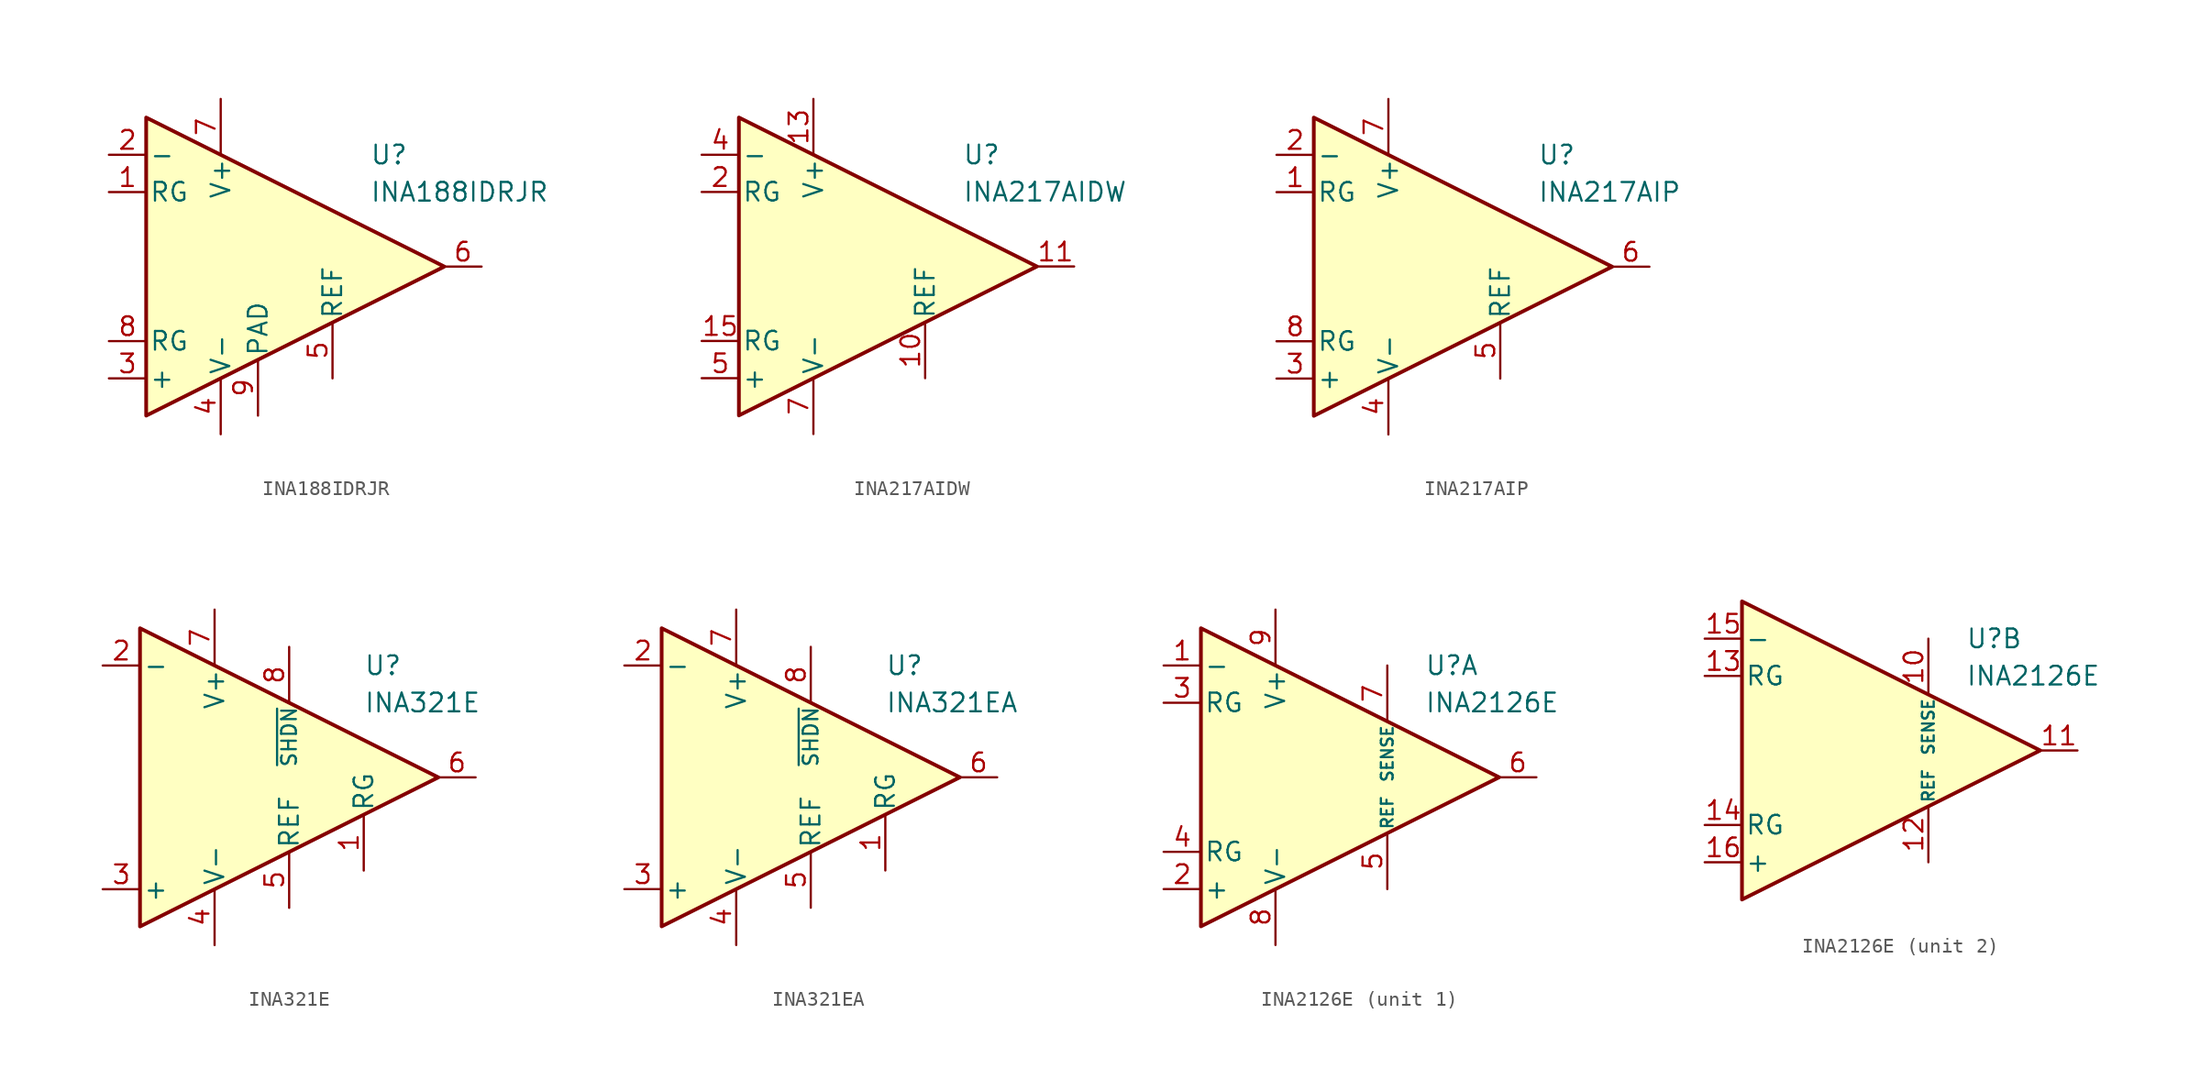
<source format=kicad_sym>
(kicad_symbol_lib
  (version 20231120)
  (generator "kicad_symbol_editor")
  (generator_version "8.0")
  (symbol "INA188IDRJR"
    (pin_names
      (offset 0.2))
    (property "Reference" "U"
      (at 6.35 7.62 0)
      (effects (font (size 1.27 1.27)) (justify left)))
    (property "Value" "INA188IDRJR"
      (at 6.35 5.08 0)
      (effects (font (size 1.27 1.27)) (justify left)))
    (symbol "INA188IDRJR_0_1"
      (polyline (pts (xy -8.89 10.16) (xy -8.89 -10.16) (xy 11.43 0) (xy -8.89 10.16)) (stroke (width 0.254) (type default)) (fill (type background))))
    (symbol "INA188IDRJR_1_1"
      (pin passive line (at -11.43 5.08 0) (length 2.54) (name "RG" (effects (font (size 1.27 1.27)))) (number "1" (effects (font (size 1.27 1.27)))))
      (pin input line (at -11.43 7.62 0) (length 2.54) (name "-" (effects (font (size 1.27 1.27)))) (number "2" (effects (font (size 1.27 1.27)))))
      (pin input line (at -11.43 -7.62 0) (length 2.54) (name "+" (effects (font (size 1.27 1.27)))) (number "3" (effects (font (size 1.27 1.27)))))
      (pin power_in line (at -3.81 -11.43 90) (length 3.81) (name "V-" (effects (font (size 1.27 1.27)))) (number "4" (effects (font (size 1.27 1.27)))))
      (pin input line (at 3.81 -7.62 90) (length 3.81) (name "REF" (effects (font (size 1.27 1.27)))) (number "5" (effects (font (size 1.27 1.27)))))
      (pin output line (at 13.97 0 180) (length 2.54) (name "~" (effects (font (size 1.27 1.27)))) (number "6" (effects (font (size 1.27 1.27)))))
      (pin power_in line (at -3.81 11.43 270) (length 3.81) (name "V+" (effects (font (size 1.27 1.27)))) (number "7" (effects (font (size 1.27 1.27)))))
      (pin passive line (at -11.43 -5.08 0) (length 2.54) (name "RG" (effects (font (size 1.27 1.27)))) (number "8" (effects (font (size 1.27 1.27)))))
      (pin passive line (at -1.27 -10.16 90) (length 3.81) (name "PAD" (effects (font (size 1.27 1.27)))) (number "9" (effects (font (size 1.27 1.27)))))))
  (symbol "INA217AIDW"
    (pin_names
      (offset 0.2))
    (property "Reference" "U"
      (at 6.35 7.62 0)
      (effects (font (size 1.27 1.27)) (justify left)))
    (property "Value" "INA217AIDW"
      (at 6.35 5.08 0)
      (effects (font (size 1.27 1.27)) (justify left)))
    (symbol "INA217AIDW_0_1"
      (polyline (pts (xy -8.89 10.16) (xy -8.89 -10.16) (xy 11.43 0) (xy -8.89 10.16)) (stroke (width 0.254) (type default)) (fill (type background))))
    (symbol "INA217AIDW_1_1"
      (pin free line (at -6.35 3.81 0) (length 2.54) hide (name "NC" (effects (font (size 1.27 1.27)))) (number "1" (effects (font (size 1.27 1.27)))))
      (pin input line (at 3.81 -7.62 90) (length 3.81) (name "REF" (effects (font (size 1.27 1.27)))) (number "10" (effects (font (size 1.27 1.27)))))
      (pin output line (at 13.97 0 180) (length 2.54) (name "~" (effects (font (size 1.27 1.27)))) (number "11" (effects (font (size 1.27 1.27)))))
      (pin free line (at -3.81 0 0) (length 2.54) hide (name "NC" (effects (font (size 1.27 1.27)))) (number "12" (effects (font (size 1.27 1.27)))))
      (pin power_in line (at -3.81 11.43 270) (length 3.81) (name "V+" (effects (font (size 1.27 1.27)))) (number "13" (effects (font (size 1.27 1.27)))))
      (pin free line (at -3.81 -2.54 0) (length 2.54) hide (name "NC" (effects (font (size 1.27 1.27)))) (number "14" (effects (font (size 1.27 1.27)))))
      (pin passive line (at -11.43 -5.08 0) (length 2.54) (name "RG" (effects (font (size 1.27 1.27)))) (number "15" (effects (font (size 1.27 1.27)))))
      (pin free line (at -3.81 -5.08 0) (length 2.54) hide (name "NC" (effects (font (size 1.27 1.27)))) (number "16" (effects (font (size 1.27 1.27)))))
      (pin passive line (at -11.43 5.08 0) (length 2.54) (name "RG" (effects (font (size 1.27 1.27)))) (number "2" (effects (font (size 1.27 1.27)))))
      (pin free line (at -6.35 1.27 0) (length 2.54) hide (name "NC" (effects (font (size 1.27 1.27)))) (number "3" (effects (font (size 1.27 1.27)))))
      (pin input line (at -11.43 7.62 0) (length 2.54) (name "-" (effects (font (size 1.27 1.27)))) (number "4" (effects (font (size 1.27 1.27)))))
      (pin input line (at -11.43 -7.62 0) (length 2.54) (name "+" (effects (font (size 1.27 1.27)))) (number "5" (effects (font (size 1.27 1.27)))))
      (pin free line (at -6.35 -1.27 0) (length 2.54) hide (name "NC" (effects (font (size 1.27 1.27)))) (number "6" (effects (font (size 1.27 1.27)))))
      (pin power_in line (at -3.81 -11.43 90) (length 3.81) (name "V-" (effects (font (size 1.27 1.27)))) (number "7" (effects (font (size 1.27 1.27)))))
      (pin free line (at -6.35 -3.81 0) (length 2.54) hide (name "NC" (effects (font (size 1.27 1.27)))) (number "8" (effects (font (size 1.27 1.27)))))
      (pin free line (at -3.81 2.54 0) (length 2.54) hide (name "NC" (effects (font (size 1.27 1.27)))) (number "9" (effects (font (size 1.27 1.27)))))))
  (symbol "INA217AIP"
    (pin_names
      (offset 0.2))
    (property "Reference" "U"
      (at 6.35 7.62 0)
      (effects (font (size 1.27 1.27)) (justify left)))
    (property "Value" "INA217AIP"
      (at 6.35 5.08 0)
      (effects (font (size 1.27 1.27)) (justify left)))
    (symbol "INA217AIP_0_1"
      (polyline (pts (xy -8.89 10.16) (xy -8.89 -10.16) (xy 11.43 0) (xy -8.89 10.16)) (stroke (width 0.254) (type default)) (fill (type background))))
    (symbol "INA217AIP_1_1"
      (pin passive line (at -11.43 5.08 0) (length 2.54) (name "RG" (effects (font (size 1.27 1.27)))) (number "1" (effects (font (size 1.27 1.27)))))
      (pin input line (at -11.43 7.62 0) (length 2.54) (name "-" (effects (font (size 1.27 1.27)))) (number "2" (effects (font (size 1.27 1.27)))))
      (pin input line (at -11.43 -7.62 0) (length 2.54) (name "+" (effects (font (size 1.27 1.27)))) (number "3" (effects (font (size 1.27 1.27)))))
      (pin power_in line (at -3.81 -11.43 90) (length 3.81) (name "V-" (effects (font (size 1.27 1.27)))) (number "4" (effects (font (size 1.27 1.27)))))
      (pin input line (at 3.81 -7.62 90) (length 3.81) (name "REF" (effects (font (size 1.27 1.27)))) (number "5" (effects (font (size 1.27 1.27)))))
      (pin output line (at 13.97 0 180) (length 2.54) (name "~" (effects (font (size 1.27 1.27)))) (number "6" (effects (font (size 1.27 1.27)))))
      (pin power_in line (at -3.81 11.43 270) (length 3.81) (name "V+" (effects (font (size 1.27 1.27)))) (number "7" (effects (font (size 1.27 1.27)))))
      (pin passive line (at -11.43 -5.08 0) (length 2.54) (name "RG" (effects (font (size 1.27 1.27)))) (number "8" (effects (font (size 1.27 1.27)))))))
  (symbol "INA321E"
    (pin_names
      (offset 0.2))
    (property "Reference" "U"
      (at 6.35 7.62 0)
      (effects (font (size 1.27 1.27)) (justify left)))
    (property "Value" "INA321E"
      (at 6.35 5.08 0)
      (effects (font (size 1.27 1.27)) (justify left)))
    (symbol "INA321E_0_1"
      (polyline (pts (xy -8.89 10.16) (xy -8.89 -10.16) (xy 11.43 0) (xy -8.89 10.16)) (stroke (width 0.254) (type default)) (fill (type background))))
    (symbol "INA321E_1_1"
      (pin passive line (at 6.35 -6.35 90) (length 3.81) (name "RG" (effects (font (size 1.27 1.27)))) (number "1" (effects (font (size 1.27 1.27)))))
      (pin input line (at -11.43 7.62 0) (length 2.54) (name "-" (effects (font (size 1.27 1.27)))) (number "2" (effects (font (size 1.27 1.27)))))
      (pin input line (at -11.43 -7.62 0) (length 2.54) (name "+" (effects (font (size 1.27 1.27)))) (number "3" (effects (font (size 1.27 1.27)))))
      (pin power_in line (at -3.81 -11.43 90) (length 3.81) (name "V-" (effects (font (size 1.27 1.27)))) (number "4" (effects (font (size 1.27 1.27)))))
      (pin input line (at 1.27 -8.89 90) (length 3.81) (name "REF" (effects (font (size 1.27 1.27)))) (number "5" (effects (font (size 1.27 1.27)))))
      (pin output line (at 13.97 0 180) (length 2.54) (name "~" (effects (font (size 1.27 1.27)))) (number "6" (effects (font (size 1.27 1.27)))))
      (pin power_in line (at -3.81 11.43 270) (length 3.81) (name "V+" (effects (font (size 1.27 1.27)))) (number "7" (effects (font (size 1.27 1.27)))))
      (pin input line (at 1.27 8.89 270) (length 3.81) (name "~{SHDN}" (effects (font (size 1 1)))) (number "8" (effects (font (size 1.27 1.27)))))))
  (symbol "INA321EA"
    (pin_names
      (offset 0.2))
    (property "Reference" "U"
      (at 6.35 7.62 0)
      (effects (font (size 1.27 1.27)) (justify left)))
    (property "Value" "INA321EA"
      (at 6.35 5.08 0)
      (effects (font (size 1.27 1.27)) (justify left)))
    (symbol "INA321EA_0_1"
      (polyline (pts (xy -8.89 10.16) (xy -8.89 -10.16) (xy 11.43 0) (xy -8.89 10.16)) (stroke (width 0.254) (type default)) (fill (type background))))
    (symbol "INA321EA_1_1"
      (pin passive line (at 6.35 -6.35 90) (length 3.81) (name "RG" (effects (font (size 1.27 1.27)))) (number "1" (effects (font (size 1.27 1.27)))))
      (pin input line (at -11.43 7.62 0) (length 2.54) (name "-" (effects (font (size 1.27 1.27)))) (number "2" (effects (font (size 1.27 1.27)))))
      (pin input line (at -11.43 -7.62 0) (length 2.54) (name "+" (effects (font (size 1.27 1.27)))) (number "3" (effects (font (size 1.27 1.27)))))
      (pin power_in line (at -3.81 -11.43 90) (length 3.81) (name "V-" (effects (font (size 1.27 1.27)))) (number "4" (effects (font (size 1.27 1.27)))))
      (pin input line (at 1.27 -8.89 90) (length 3.81) (name "REF" (effects (font (size 1.27 1.27)))) (number "5" (effects (font (size 1.27 1.27)))))
      (pin output line (at 13.97 0 180) (length 2.54) (name "~" (effects (font (size 1.27 1.27)))) (number "6" (effects (font (size 1.27 1.27)))))
      (pin power_in line (at -3.81 11.43 270) (length 3.81) (name "V+" (effects (font (size 1.27 1.27)))) (number "7" (effects (font (size 1.27 1.27)))))
      (pin input line (at 1.27 8.89 270) (length 3.81) (name "~{SHDN}" (effects (font (size 1 1)))) (number "8" (effects (font (size 1.27 1.27)))))))
  (symbol "INA2126E"
    (pin_names
      (offset 0.2))
    (property "Reference" "U"
      (at 6.35 7.62 0)
      (effects (font (size 1.27 1.27)) (justify left)))
    (property "Value" "INA2126E"
      (at 6.35 5.08 0)
      (effects (font (size 1.27 1.27)) (justify left)))
    (property "ki_locked" ""
      (at 0 0 0)
      (effects (font (size 1.27 1.27))))
    (symbol "INA2126E_0_1"
      (polyline (pts (xy -8.89 10.16) (xy -8.89 -10.16) (xy 11.43 0) (xy -8.89 10.16)) (stroke (width 0.254) (type default)) (fill (type background))))
    (symbol "INA2126E_1_1"
      (pin input line (at -11.43 7.62 0) (length 2.54) (name "-" (effects (font (size 1.27 1.27)))) (number "1" (effects (font (size 1.27 1.27)))))
      (pin input line (at -11.43 -7.62 0) (length 2.54) (name "+" (effects (font (size 1.27 1.27)))) (number "2" (effects (font (size 1.27 1.27)))))
      (pin passive line (at -11.43 5.08 0) (length 2.54) (name "RG" (effects (font (size 1.27 1.27)))) (number "3" (effects (font (size 1.27 1.27)))))
      (pin passive line (at -11.43 -5.08 0) (length 2.54) (name "RG" (effects (font (size 1.27 1.27)))) (number "4" (effects (font (size 1.27 1.27)))))
      (pin input line (at 3.81 -7.62 90) (length 3.81) (name "REF" (effects (font (size 0.8 0.8)))) (number "5" (effects (font (size 1.27 1.27)))))
      (pin output line (at 13.97 0 180) (length 2.54) (name "~" (effects (font (size 1.27 1.27)))) (number "6" (effects (font (size 1.27 1.27)))))
      (pin input line (at 3.81 7.62 270) (length 3.81) (name "SENSE" (effects (font (size 0.8 0.8)))) (number "7" (effects (font (size 1.27 1.27)))))
      (pin power_in line (at -3.81 -11.43 90) (length 3.81) (name "V-" (effects (font (size 1.27 1.27)))) (number "8" (effects (font (size 1.27 1.27)))))
      (pin power_in line (at -3.81 11.43 270) (length 3.81) (name "V+" (effects (font (size 1.27 1.27)))) (number "9" (effects (font (size 1.27 1.27))))))
    (symbol "INA2126E_2_1"
      (pin input line (at 3.81 7.62 270) (length 3.81) (name "SENSE" (effects (font (size 0.8 0.8)))) (number "10" (effects (font (size 1.27 1.27)))))
      (pin output line (at 13.97 0 180) (length 2.54) (name "~" (effects (font (size 1.27 1.27)))) (number "11" (effects (font (size 1.27 1.27)))))
      (pin input line (at 3.81 -7.62 90) (length 3.81) (name "REF" (effects (font (size 0.8 0.8)))) (number "12" (effects (font (size 1.27 1.27)))))
      (pin passive line (at -11.43 5.08 0) (length 2.54) (name "RG" (effects (font (size 1.27 1.27)))) (number "13" (effects (font (size 1.27 1.27)))))
      (pin passive line (at -11.43 -5.08 0) (length 2.54) (name "RG" (effects (font (size 1.27 1.27)))) (number "14" (effects (font (size 1.27 1.27)))))
      (pin input line (at -11.43 7.62 0) (length 2.54) (name "-" (effects (font (size 1.27 1.27)))) (number "15" (effects (font (size 1.27 1.27)))))
      (pin input line (at -11.43 -7.62 0) (length 2.54) (name "+" (effects (font (size 1.27 1.27)))) (number "16" (effects (font (size 1.27 1.27))))))))
</source>
